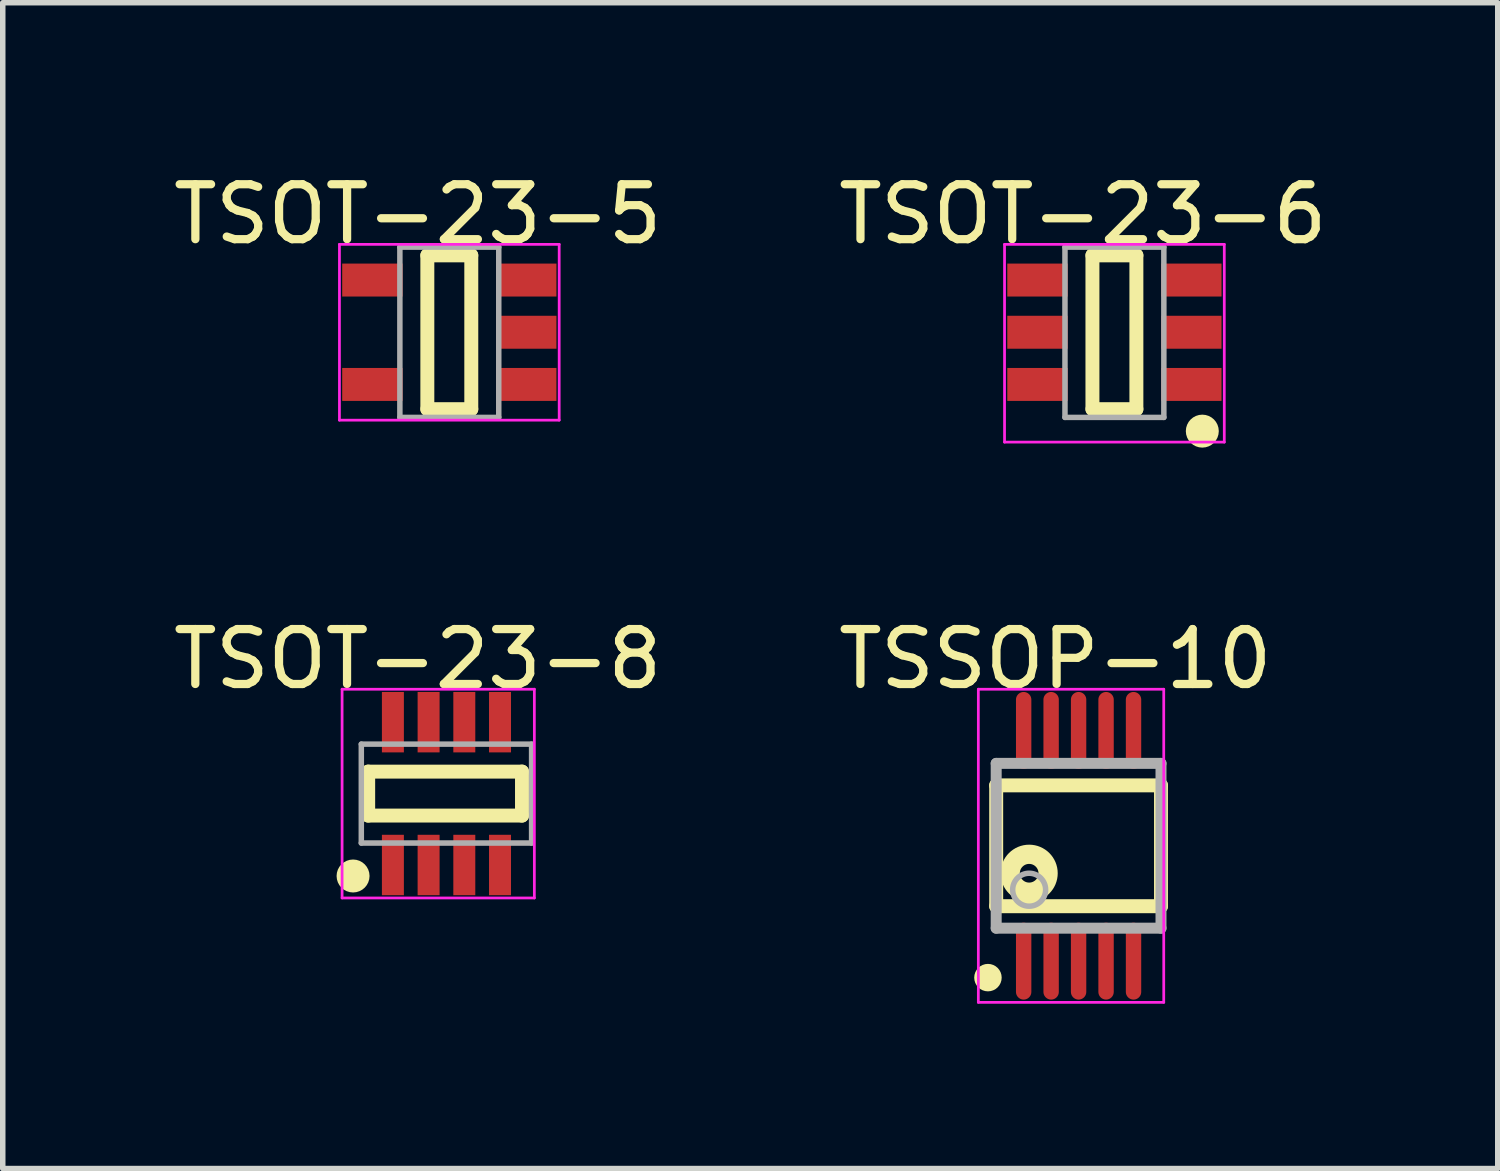
<source format=kicad_pcb>
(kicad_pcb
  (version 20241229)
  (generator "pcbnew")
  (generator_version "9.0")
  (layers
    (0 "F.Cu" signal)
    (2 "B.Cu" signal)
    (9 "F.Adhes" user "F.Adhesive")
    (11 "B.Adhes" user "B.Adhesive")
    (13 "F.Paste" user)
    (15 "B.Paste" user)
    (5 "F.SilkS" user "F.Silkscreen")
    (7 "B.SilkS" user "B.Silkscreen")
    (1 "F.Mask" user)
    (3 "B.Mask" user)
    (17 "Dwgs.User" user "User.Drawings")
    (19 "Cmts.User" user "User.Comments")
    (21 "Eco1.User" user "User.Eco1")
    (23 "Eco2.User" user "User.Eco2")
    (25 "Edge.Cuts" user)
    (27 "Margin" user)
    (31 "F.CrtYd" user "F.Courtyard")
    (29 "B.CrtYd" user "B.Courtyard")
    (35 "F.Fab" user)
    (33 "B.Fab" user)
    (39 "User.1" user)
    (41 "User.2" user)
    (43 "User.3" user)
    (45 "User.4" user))
  (footprint "TSSOP-10"
    (layer "F.Cu")
    (at 16.584 12.346)
    (property "Reference" "TSSOP-10" (at -0.424 -3.4 0) (layer "F.SilkS") (effects (font (size 1 1) (thickness 0.15))))
    (attr through_hole)
    (fp_line (start -1.5 -1.1) (end 1.5 -1.1) (stroke (width 0.254) (type solid)) (layer "F.SilkS"))
    (fp_line (start -1.5 1.1) (end -1.5 -1.1) (stroke (width 0.254) (type solid)) (layer "F.SilkS"))
    (fp_line (start -1.5 1.1) (end 1.5 1.1) (stroke (width 0.254) (type solid)) (layer "F.SilkS"))
    (fp_line (start 1.5 1.1) (end 1.5 -1.1) (stroke (width 0.254) (type solid)) (layer "F.SilkS"))
    (fp_circle (center -1.65 2.4) (end -1.525 2.4) (stroke (width 0.25) (type solid)) (fill no) (layer "F.SilkS"))
    (fp_circle (center -0.9 0.5) (end -0.73 0.5) (stroke (width 0.35) (type solid)) (fill no) (layer "F.SilkS"))
    (fp_line (start -1.825 -2.85) (end 1.55 -2.85) (stroke (width 0.05) (type solid)) (layer "F.CrtYd"))
    (fp_line (start -1.825 2.85) (end -1.825 -2.85) (stroke (width 0.05) (type solid)) (layer "F.CrtYd"))
    (fp_line (start 1.55 -2.85) (end 1.55 2.85) (stroke (width 0.05) (type solid)) (layer "F.CrtYd"))
    (fp_line (start 1.55 2.85) (end -1.825 2.85) (stroke (width 0.05) (type solid)) (layer "F.CrtYd"))
    (fp_line (start -1.5 -1.5) (end 1.5 -1.5) (stroke (width 0.2) (type solid)) (layer "F.Fab"))
    (fp_line (start -1.5 1.5) (end -1.5 -1.5) (stroke (width 0.2) (type solid)) (layer "F.Fab"))
    (fp_line (start -1.5 1.5) (end 1.5 1.5) (stroke (width 0.2) (type solid)) (layer "F.Fab"))
    (fp_line (start 1.5 1.5) (end 1.5 -1.5) (stroke (width 0.2) (type solid)) (layer "F.Fab"))
    (fp_circle (center -0.9 0.8) (end -0.6 0.8) (stroke (width 0.1) (type solid)) (fill no) (layer "F.Fab"))
    (pad "1" smd oval (at -1 2.1 90) (size 1.4 0.28) (layers "F.Cu" "F.Mask" "F.Paste"))
    (pad "2" smd oval (at -0.5 2.1 90) (size 1.4 0.28) (layers "F.Cu" "F.Mask" "F.Paste"))
    (pad "3" smd oval (at 0 2.1 90) (size 1.4 0.28) (layers "F.Cu" "F.Mask" "F.Paste"))
    (pad "4" smd oval (at 0.5 2.1 90) (size 1.4 0.28) (layers "F.Cu" "F.Mask" "F.Paste"))
    (pad "5" smd oval (at 1 2.1 90) (size 1.4 0.28) (layers "F.Cu" "F.Mask" "F.Paste"))
    (pad "6" smd oval (at 1 -2.1 270) (size 1.4 0.28) (layers "F.Cu" "F.Mask" "F.Paste"))
    (pad "7" smd oval (at 0.5 -2.1 270) (size 1.4 0.28) (layers "F.Cu" "F.Mask" "F.Paste"))
    (pad "8" smd oval (at 0 -2.1 270) (size 1.4 0.28) (layers "F.Cu" "F.Mask" "F.Paste"))
    (pad "9" smd oval (at -0.5 -2.1 270) (size 1.4 0.28) (layers "F.Cu" "F.Mask" "F.Paste"))
    (pad "10" smd oval (at -1 -2.1 270) (size 1.4 0.28) (layers "F.Cu" "F.Mask" "F.Paste")))
  (footprint "TSOT-23-8"
    (layer "F.Cu")
    (at 5.077 11.396)
    (property "Reference" "TSOT-23-8" (at -0.524 -2.45 0) (layer "F.SilkS") (effects (font (size 1 1) (thickness 0.15))))
    (attr through_hole)
    (fp_line (start -1.425 -0.4) (end 1.375 -0.4) (stroke (width 0.254) (type solid)) (layer "F.SilkS"))
    (fp_line (start -1.425 0.4) (end -1.425 -0.4) (stroke (width 0.254) (type solid)) (layer "F.SilkS"))
    (fp_line (start -1.425 0.4) (end 1.375 0.4) (stroke (width 0.254) (type solid)) (layer "F.SilkS"))
    (fp_line (start 1.375 0.4) (end 1.375 -0.4) (stroke (width 0.254) (type solid)) (layer "F.SilkS"))
    (fp_circle (center -1.7 1.5) (end -1.55 1.5) (stroke (width 0.3) (type solid)) (fill no) (layer "F.SilkS"))
    (fp_line (start -1.9 -1.9) (end 1.6 -1.9) (stroke (width 0.05) (type solid)) (layer "F.CrtYd"))
    (fp_line (start -1.9 1.9) (end -1.9 -1.9) (stroke (width 0.05) (type solid)) (layer "F.CrtYd"))
    (fp_line (start 1.6 -1.9) (end 1.6 1.9) (stroke (width 0.05) (type solid)) (layer "F.CrtYd"))
    (fp_line (start 1.6 1.9) (end -1.9 1.9) (stroke (width 0.05) (type solid)) (layer "F.CrtYd"))
    (fp_line (start -1.55 -0.9) (end 1.55 -0.9) (stroke (width 0.1) (type solid)) (layer "F.Fab"))
    (fp_line (start -1.55 0.9) (end -1.55 -0.9) (stroke (width 0.1) (type solid)) (layer "F.Fab"))
    (fp_line (start -1.55 0.9) (end 1.55 0.9) (stroke (width 0.1) (type solid)) (layer "F.Fab"))
    (fp_line (start 1.55 0.9) (end 1.55 -0.9) (stroke (width 0.1) (type solid)) (layer "F.Fab"))
    (pad "1" smd rect (at -0.975 1.3) (size 0.4 1.1) (layers "F.Cu" "F.Mask" "F.Paste"))
    (pad "2" smd rect (at -0.325 1.3) (size 0.4 1.1) (layers "F.Cu" "F.Mask" "F.Paste"))
    (pad "3" smd rect (at 0.325 1.3) (size 0.4 1.1) (layers "F.Cu" "F.Mask" "F.Paste"))
    (pad "4" smd rect (at 0.975 1.3) (size 0.4 1.1) (layers "F.Cu" "F.Mask" "F.Paste"))
    (pad "5" smd rect (at 0.975 -1.3 180) (size 0.4 1.1) (layers "F.Cu" "F.Mask" "F.Paste"))
    (pad "6" smd rect (at 0.325 -1.3 180) (size 0.4 1.1) (layers "F.Cu" "F.Mask" "F.Paste"))
    (pad "7" smd rect (at -0.325 -1.3 180) (size 0.4 1.1) (layers "F.Cu" "F.Mask" "F.Paste"))
    (pad "8" smd rect (at -0.975 -1.3 180) (size 0.4 1.1) (layers "F.Cu" "F.Mask" "F.Paste")))
  (footprint "TSOT-23-6"
    (layer "F.Cu")
    (at 17.236 2.998)
    (property "Reference" "TSOT-23-6" (at -0.575 -2.149 0) (layer "F.SilkS") (effects (font (size 1 1) (thickness 0.15))))
    (attr through_hole)
    (fp_line (start -0.4 -1.4) (end 0.4 -1.4) (stroke (width 0.254) (type solid)) (layer "F.SilkS"))
    (fp_line (start -0.4 1.4) (end -0.4 -1.4) (stroke (width 0.254) (type solid)) (layer "F.SilkS"))
    (fp_line (start -0.4 1.4) (end 0.4 1.4) (stroke (width 0.254) (type solid)) (layer "F.SilkS"))
    (fp_line (start 0.4 1.4) (end 0.4 -1.4) (stroke (width 0.254) (type solid)) (layer "F.SilkS"))
    (fp_circle (center 1.6 1.8) (end 1.75 1.8) (stroke (width 0.3) (type solid)) (fill no) (layer "F.SilkS"))
    (fp_line (start -2 -1.6) (end 2 -1.6) (stroke (width 0.05) (type solid)) (layer "F.CrtYd"))
    (fp_line (start -2 2) (end -2 -1.6) (stroke (width 0.05) (type solid)) (layer "F.CrtYd"))
    (fp_line (start 2 -1.6) (end 2 2) (stroke (width 0.05) (type solid)) (layer "F.CrtYd"))
    (fp_line (start 2 2) (end -2 2) (stroke (width 0.05) (type solid)) (layer "F.CrtYd"))
    (fp_line (start -0.9 -1.55) (end 0.9 -1.55) (stroke (width 0.1) (type solid)) (layer "F.Fab"))
    (fp_line (start -0.9 1.55) (end -0.9 -1.55) (stroke (width 0.1) (type solid)) (layer "F.Fab"))
    (fp_line (start -0.9 1.55) (end 0.9 1.55) (stroke (width 0.1) (type solid)) (layer "F.Fab"))
    (fp_line (start 0.9 1.55) (end 0.9 -1.55) (stroke (width 0.1) (type solid)) (layer "F.Fab"))
    (pad "1" smd rect (at 1.4 0.95 270) (size 0.6 1.1) (layers "F.Cu" "F.Mask" "F.Paste"))
    (pad "2" smd rect (at 1.4 0 270) (size 0.6 1.1) (layers "F.Cu" "F.Mask" "F.Paste"))
    (pad "3" smd rect (at 1.4 -0.95 270) (size 0.6 1.1) (layers "F.Cu" "F.Mask" "F.Paste"))
    (pad "4" smd rect (at -1.4 -0.95 270) (size 0.6 1.1) (layers "F.Cu" "F.Mask" "F.Paste"))
    (pad "5" smd rect (at -1.4 0 270) (size 0.6 1.1) (layers "F.Cu" "F.Mask" "F.Paste"))
    (pad "6" smd rect (at -1.4 0.95 270) (size 0.6 1.1) (layers "F.Cu" "F.Mask" "F.Paste")))
  (footprint "TSOT-23-5"
    (layer "F.Cu")
    (at 5.129 2.998)
    (property "Reference" "TSOT-23-5" (at -0.575 -2.149 0) (layer "F.SilkS") (effects (font (size 1 1) (thickness 0.15))))
    (attr through_hole)
    (fp_line (start -0.4 -1.4) (end 0.4 -1.4) (stroke (width 0.254) (type solid)) (layer "F.SilkS"))
    (fp_line (start -0.4 1.4) (end -0.4 -1.4) (stroke (width 0.254) (type solid)) (layer "F.SilkS"))
    (fp_line (start -0.4 1.4) (end 0.4 1.4) (stroke (width 0.254) (type solid)) (layer "F.SilkS"))
    (fp_line (start 0.4 1.4) (end 0.4 -1.4) (stroke (width 0.254) (type solid)) (layer "F.SilkS"))
    (fp_line (start -2 -1.6) (end 2 -1.6) (stroke (width 0.05) (type solid)) (layer "F.CrtYd"))
    (fp_line (start -2 1.6) (end -2 -1.6) (stroke (width 0.05) (type solid)) (layer "F.CrtYd"))
    (fp_line (start 2 -1.6) (end 2 1.6) (stroke (width 0.05) (type solid)) (layer "F.CrtYd"))
    (fp_line (start 2 1.6) (end -2 1.6) (stroke (width 0.05) (type solid)) (layer "F.CrtYd"))
    (fp_line (start -0.9 -1.55) (end 0.9 -1.55) (stroke (width 0.1) (type solid)) (layer "F.Fab"))
    (fp_line (start -0.9 1.55) (end -0.9 -1.55) (stroke (width 0.1) (type solid)) (layer "F.Fab"))
    (fp_line (start -0.9 1.55) (end 0.9 1.55) (stroke (width 0.1) (type solid)) (layer "F.Fab"))
    (fp_line (start 0.9 1.55) (end 0.9 -1.55) (stroke (width 0.1) (type solid)) (layer "F.Fab"))
    (pad "1" smd rect (at 1.4 0.95 270) (size 0.6 1.1) (layers "F.Cu" "F.Mask" "F.Paste"))
    (pad "2" smd rect (at 1.4 0 270) (size 0.6 1.1) (layers "F.Cu" "F.Mask" "F.Paste"))
    (pad "3" smd rect (at 1.4 -0.95 270) (size 0.6 1.1) (layers "F.Cu" "F.Mask" "F.Paste"))
    (pad "4" smd rect (at -1.4 -0.95 270) (size 0.6 1.1) (layers "F.Cu" "F.Mask" "F.Paste"))
    (pad "5" smd rect (at -1.4 0.95 270) (size 0.6 1.1) (layers "F.Cu" "F.Mask" "F.Paste")))
  (gr_rect
    (start -3 -3)
    (end 24.214 18.221)
    (stroke (width 0.1) (type default))
    (fill no)
    (layer "Edge.Cuts")))
</source>
